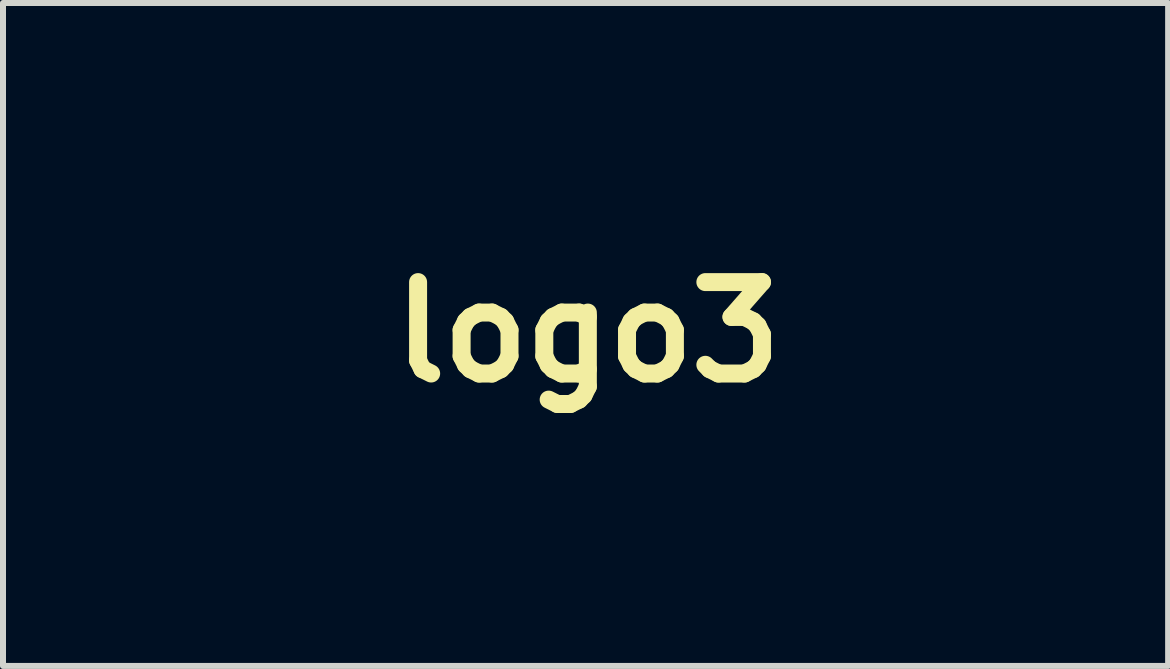
<source format=kicad_pcb>
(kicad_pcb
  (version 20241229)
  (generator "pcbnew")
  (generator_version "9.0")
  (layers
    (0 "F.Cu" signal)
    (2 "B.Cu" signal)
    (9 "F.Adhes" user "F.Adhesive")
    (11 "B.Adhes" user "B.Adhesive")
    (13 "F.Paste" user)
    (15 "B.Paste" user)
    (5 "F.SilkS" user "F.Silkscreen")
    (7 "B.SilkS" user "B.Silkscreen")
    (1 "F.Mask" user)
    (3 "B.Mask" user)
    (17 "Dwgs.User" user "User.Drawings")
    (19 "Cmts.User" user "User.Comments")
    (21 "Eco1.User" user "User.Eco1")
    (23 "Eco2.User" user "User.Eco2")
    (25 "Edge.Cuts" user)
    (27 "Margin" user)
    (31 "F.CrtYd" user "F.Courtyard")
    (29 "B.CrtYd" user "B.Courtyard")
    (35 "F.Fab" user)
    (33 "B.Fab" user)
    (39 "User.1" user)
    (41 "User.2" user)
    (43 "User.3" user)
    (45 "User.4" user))
  (footprint "logo3"
    (layer "F.Cu")
    (at 6.751 2.488)
    (property "Reference" "logo3" (at 0 0 0) (layer "F.SilkS") (effects (font (size 1.524 1.524) (thickness 0.3))))
    (attr through_hole)
    (fp_poly (pts (xy 1.977 -1.563) (xy 1.975 -1.546) (xy 1.966 -1.538) (xy 1.944 -1.535) (xy 1.922 -1.535) (xy 1.866 -1.535) (xy 1.866 -1.215) (xy 1.811 -1.215) (xy 1.811 -1.535) (xy 1.756 -1.535) (xy 1.723 -1.536) (xy 1.707 -1.541) (xy 1.701 -1.552) (xy 1.701 -1.563) (xy 1.701 -1.59) (xy 1.977 -1.59) (xy 1.977 -1.563)) (stroke (width 0.01) (type solid)) (fill no) (layer "Eco2.User"))
    (fp_poly (pts (xy 4.23 1.375) (xy 4.228 1.391) (xy 4.219 1.399) (xy 4.197 1.402) (xy 4.174 1.403) (xy 4.119 1.403) (xy 4.119 1.723) (xy 4.064 1.723) (xy 4.064 1.403) (xy 4.009 1.403) (xy 3.976 1.402) (xy 3.96 1.397) (xy 3.954 1.386) (xy 3.954 1.375) (xy 3.954 1.347) (xy 4.23 1.347) (xy 4.23 1.375)) (stroke (width 0.01) (type solid)) (fill no) (layer "Eco2.User"))
    (fp_poly (pts (xy 2.549 1.507) (xy 2.547 1.569) (xy 2.546 1.614) (xy 2.543 1.645) (xy 2.538 1.665) (xy 2.531 1.68) (xy 2.521 1.692) (xy 2.519 1.694) (xy 2.498 1.712) (xy 2.475 1.72) (xy 2.439 1.723) (xy 2.432 1.723) (xy 2.397 1.722) (xy 2.381 1.718) (xy 2.377 1.71) (xy 2.379 1.705) (xy 2.385 1.684) (xy 2.385 1.677) (xy 2.394 1.671) (xy 2.407 1.673) (xy 2.438 1.678) (xy 2.461 1.668) (xy 2.478 1.644) (xy 2.489 1.602) (xy 2.494 1.541) (xy 2.496 1.473) (xy 2.496 1.347) (xy 2.553 1.347) (xy 2.549 1.507)) (stroke (width 0.01) (type solid)) (fill no) (layer "Eco2.User"))
    (fp_poly (pts (xy -4.908 -2.085) (xy -4.902 -2.068) (xy -4.897 -2.035) (xy -4.895 -1.993) (xy -4.895 -1.948) (xy -4.897 -1.908) (xy -4.902 -1.877) (xy -4.903 -1.873) (xy -4.92 -1.838) (xy -4.945 -1.805) (xy -4.949 -1.8) (xy -4.973 -1.78) (xy -4.997 -1.77) (xy -5.031 -1.767) (xy -5.042 -1.767) (xy -5.076 -1.768) (xy -5.095 -1.772) (xy -5.103 -1.783) (xy -5.108 -1.804) (xy -5.108 -1.848) (xy -5.099 -1.879) (xy -5.086 -1.901) (xy -5.063 -1.931) (xy -5.034 -1.966) (xy -5.001 -2.002) (xy -4.969 -2.036) (xy -4.941 -2.063) (xy -4.919 -2.081) (xy -4.908 -2.085) (xy -4.908 -2.085)) (stroke (width 0.01) (type solid)) (fill no) (layer "Eco2.User"))
    (fp_poly (pts (xy 2.317 -1.589) (xy 2.325 -1.583) (xy 2.329 -1.566) (xy 2.33 -1.534) (xy 2.33 -1.513) (xy 2.33 -1.436) (xy 2.496 -1.436) (xy 2.496 -1.513) (xy 2.496 -1.553) (xy 2.499 -1.576) (xy 2.505 -1.587) (xy 2.516 -1.59) (xy 2.523 -1.59) (xy 2.551 -1.59) (xy 2.551 -1.215) (xy 2.523 -1.215) (xy 2.51 -1.216) (xy 2.502 -1.222) (xy 2.497 -1.237) (xy 2.496 -1.266) (xy 2.496 -1.303) (xy 2.496 -1.391) (xy 2.33 -1.391) (xy 2.33 -1.303) (xy 2.33 -1.259) (xy 2.328 -1.233) (xy 2.323 -1.22) (xy 2.314 -1.215) (xy 2.303 -1.215) (xy 2.275 -1.215) (xy 2.275 -1.59) (xy 2.303 -1.59) (xy 2.317 -1.589)) (stroke (width 0.01) (type solid)) (fill no) (layer "Eco2.User"))
    (fp_poly (pts (xy 0.783 1.35) (xy 0.828 1.36) (xy 0.862 1.376) (xy 0.866 1.38) (xy 0.894 1.418) (xy 0.902 1.459) (xy 0.894 1.5) (xy 0.87 1.536) (xy 0.834 1.564) (xy 0.788 1.578) (xy 0.768 1.579) (xy 0.729 1.579) (xy 0.729 1.723) (xy 0.663 1.723) (xy 0.663 1.507) (xy 0.73 1.507) (xy 0.736 1.529) (xy 0.75 1.535) (xy 0.776 1.529) (xy 0.791 1.523) (xy 0.823 1.506) (xy 0.837 1.482) (xy 0.839 1.456) (xy 0.832 1.426) (xy 0.81 1.408) (xy 0.772 1.4) (xy 0.734 1.397) (xy 0.731 1.466) (xy 0.73 1.507) (xy 0.663 1.507) (xy 0.663 1.359) (xy 0.691 1.352) (xy 0.735 1.347) (xy 0.783 1.35)) (stroke (width 0.01) (type solid)) (fill no) (layer "Eco2.User"))
    (fp_poly (pts (xy 3.036 1.347) (xy 3.067 1.349) (xy 3.083 1.352) (xy 3.091 1.359) (xy 3.092 1.37) (xy 3.092 1.375) (xy 3.091 1.389) (xy 3.084 1.398) (xy 3.068 1.401) (xy 3.035 1.402) (xy 3.015 1.403) (xy 2.938 1.403) (xy 2.938 1.502) (xy 3.009 1.502) (xy 3.048 1.502) (xy 3.069 1.505) (xy 3.079 1.512) (xy 3.081 1.525) (xy 3.081 1.53) (xy 3.08 1.544) (xy 3.073 1.553) (xy 3.055 1.556) (xy 3.021 1.557) (xy 3.009 1.557) (xy 2.938 1.557) (xy 2.938 1.668) (xy 3.02 1.668) (xy 3.063 1.668) (xy 3.087 1.67) (xy 3.099 1.675) (xy 3.103 1.685) (xy 3.103 1.695) (xy 3.103 1.723) (xy 2.882 1.723) (xy 2.882 1.347) (xy 2.987 1.347) (xy 3.036 1.347)) (stroke (width 0.01) (type solid)) (fill no) (layer "Eco2.User"))
    (fp_poly (pts (xy 3.047 -1.59) (xy 3.078 -1.589) (xy 3.094 -1.585) (xy 3.102 -1.578) (xy 3.103 -1.567) (xy 3.103 -1.563) (xy 3.102 -1.548) (xy 3.095 -1.54) (xy 3.079 -1.536) (xy 3.047 -1.535) (xy 3.026 -1.535) (xy 2.949 -1.535) (xy 2.949 -1.436) (xy 3.02 -1.436) (xy 3.059 -1.435) (xy 3.081 -1.432) (xy 3.09 -1.425) (xy 3.092 -1.414) (xy 3.09 -1.402) (xy 3.08 -1.395) (xy 3.057 -1.392) (xy 3.02 -1.391) (xy 2.949 -1.391) (xy 2.949 -1.27) (xy 3.026 -1.27) (xy 3.066 -1.27) (xy 3.089 -1.267) (xy 3.1 -1.261) (xy 3.103 -1.25) (xy 3.103 -1.242) (xy 3.102 -1.23) (xy 3.098 -1.222) (xy 3.084 -1.217) (xy 3.058 -1.215) (xy 3.016 -1.215) (xy 2.998 -1.215) (xy 2.893 -1.215) (xy 2.893 -1.59) (xy 2.998 -1.59) (xy 3.047 -1.59)) (stroke (width 0.01) (type solid)) (fill no) (layer "Eco2.User"))
    (fp_poly (pts (xy 3.634 1.349) (xy 3.663 1.356) (xy 3.676 1.369) (xy 3.677 1.38) (xy 3.675 1.399) (xy 3.662 1.406) (xy 3.636 1.402) (xy 3.625 1.399) (xy 3.575 1.396) (xy 3.532 1.41) (xy 3.496 1.438) (xy 3.471 1.477) (xy 3.459 1.521) (xy 3.46 1.568) (xy 3.479 1.613) (xy 3.499 1.638) (xy 3.525 1.66) (xy 3.551 1.669) (xy 3.586 1.671) (xy 3.621 1.67) (xy 3.648 1.668) (xy 3.655 1.666) (xy 3.669 1.671) (xy 3.675 1.687) (xy 3.672 1.705) (xy 3.665 1.713) (xy 3.638 1.721) (xy 3.599 1.723) (xy 3.555 1.721) (xy 3.514 1.713) (xy 3.484 1.702) (xy 3.484 1.702) (xy 3.442 1.67) (xy 3.417 1.634) (xy 3.403 1.59) (xy 3.397 1.521) (xy 3.409 1.46) (xy 3.439 1.41) (xy 3.483 1.373) (xy 3.541 1.352) (xy 3.587 1.347) (xy 3.634 1.349)) (stroke (width 0.01) (type solid)) (fill no) (layer "Eco2.User"))
    (fp_poly (pts (xy -4.457 -2.074) (xy -4.442 -2.061) (xy -4.417 -2.037) (xy -4.381 -2) (xy -4.359 -1.977) (xy -4.31 -1.926) (xy -4.275 -1.886) (xy -4.252 -1.854) (xy -4.238 -1.827) (xy -4.231 -1.802) (xy -4.23 -1.773) (xy -4.23 -1.773) (xy -4.232 -1.735) (xy -4.241 -1.713) (xy -4.262 -1.703) (xy -4.299 -1.701) (xy -4.307 -1.701) (xy -4.348 -1.703) (xy -4.377 -1.71) (xy -4.402 -1.726) (xy -4.407 -1.731) (xy -4.445 -1.772) (xy -4.469 -1.822) (xy -4.476 -1.861) (xy -4.384 -1.861) (xy -4.379 -1.855) (xy -4.373 -1.861) (xy -4.379 -1.866) (xy -4.384 -1.861) (xy -4.476 -1.861) (xy -4.48 -1.883) (xy -4.395 -1.883) (xy -4.39 -1.877) (xy -4.384 -1.883) (xy -4.39 -1.888) (xy -4.395 -1.883) (xy -4.48 -1.883) (xy -4.48 -1.885) (xy -4.482 -1.938) (xy -4.481 -1.985) (xy -4.478 -2.027) (xy -4.475 -2.056) (xy -4.474 -2.058) (xy -4.471 -2.07) (xy -4.466 -2.076) (xy -4.457 -2.074)) (stroke (width 0.01) (type solid)) (fill no) (layer "Eco2.User"))
    (fp_poly (pts (xy 2.009 1.364) (xy 2.053 1.394) (xy 2.082 1.441) (xy 2.097 1.504) (xy 2.098 1.538) (xy 2.089 1.603) (xy 2.064 1.657) (xy 2.024 1.696) (xy 1.972 1.718) (xy 1.928 1.723) (xy 1.868 1.715) (xy 1.835 1.7) (xy 1.797 1.665) (xy 1.771 1.615) (xy 1.759 1.556) (xy 1.759 1.516) (xy 1.761 1.51) (xy 1.824 1.51) (xy 1.825 1.55) (xy 1.829 1.59) (xy 1.838 1.616) (xy 1.854 1.637) (xy 1.865 1.647) (xy 1.903 1.672) (xy 1.939 1.676) (xy 1.977 1.658) (xy 1.988 1.648) (xy 2.02 1.606) (xy 2.035 1.553) (xy 2.032 1.494) (xy 2.031 1.494) (xy 2.018 1.461) (xy 1.995 1.43) (xy 1.968 1.404) (xy 1.943 1.392) (xy 1.939 1.391) (xy 1.897 1.402) (xy 1.86 1.429) (xy 1.844 1.449) (xy 1.83 1.477) (xy 1.824 1.51) (xy 1.761 1.51) (xy 1.775 1.45) (xy 1.804 1.399) (xy 1.848 1.366) (xy 1.904 1.35) (xy 1.951 1.35) (xy 2.009 1.364)) (stroke (width 0.01) (type solid)) (fill no) (layer "Eco2.User"))
    (fp_poly (pts (xy -4.905 0.769) (xy -4.867 0.781) (xy -4.823 0.797) (xy -4.778 0.817) (xy -4.736 0.838) (xy -4.699 0.859) (xy -4.678 0.874) (xy -4.646 0.908) (xy -4.617 0.952) (xy -4.595 0.999) (xy -4.584 1.04) (xy -4.583 1.049) (xy -4.588 1.074) (xy -4.6 1.11) (xy -4.61 1.135) (xy -4.627 1.168) (xy -4.642 1.186) (xy -4.658 1.192) (xy -4.668 1.193) (xy -4.697 1.186) (xy -4.731 1.171) (xy -4.739 1.166) (xy -4.765 1.146) (xy -4.782 1.128) (xy -4.785 1.124) (xy -4.809 1.067) (xy -4.835 1.007) (xy -4.861 0.949) (xy -4.868 0.934) (xy -4.765 0.934) (xy -4.757 0.951) (xy -4.751 0.961) (xy -4.731 0.992) (xy -4.715 1.02) (xy -4.713 1.024) (xy -4.702 1.041) (xy -4.696 1.044) (xy -4.698 1.033) (xy -4.709 1.009) (xy -4.72 0.989) (xy -4.739 0.959) (xy -4.756 0.938) (xy -4.762 0.932) (xy -4.765 0.934) (xy -4.868 0.934) (xy -4.885 0.896) (xy -4.906 0.852) (xy -4.922 0.821) (xy -4.93 0.806) (xy -4.947 0.784) (xy -4.953 0.774) (xy -4.952 0.765) (xy -4.935 0.763) (xy -4.905 0.769)) (stroke (width 0.01) (type solid)) (fill no) (layer "Eco2.User"))
    (fp_poly (pts (xy -3.993 -2.462) (xy -3.928 -2.448) (xy -3.892 -2.434) (xy -3.866 -2.415) (xy -3.836 -2.385) (xy -3.807 -2.347) (xy -3.782 -2.308) (xy -3.763 -2.271) (xy -3.754 -2.242) (xy -3.756 -2.228) (xy -3.779 -2.202) (xy -3.818 -2.177) (xy -3.865 -2.154) (xy -3.914 -2.139) (xy -3.959 -2.133) (xy -3.965 -2.133) (xy -3.981 -2.135) (xy -4.014 -2.14) (xy -4.062 -2.148) (xy -4.12 -2.157) (xy -4.169 -2.165) (xy -4.239 -2.176) (xy -4.308 -2.186) (xy -4.371 -2.193) (xy -4.422 -2.197) (xy -4.444 -2.198) (xy -4.531 -2.199) (xy -4.488 -2.243) (xy -4.432 -2.295) (xy -4.202 -2.295) (xy -4.198 -2.292) (xy -4.179 -2.29) (xy -4.143 -2.29) (xy -4.089 -2.29) (xy -4.071 -2.29) (xy -4.012 -2.291) (xy -3.969 -2.292) (xy -3.945 -2.295) (xy -3.942 -2.299) (xy -3.943 -2.299) (xy -3.985 -2.309) (xy -4.038 -2.314) (xy -4.096 -2.315) (xy -4.147 -2.311) (xy -4.174 -2.305) (xy -4.193 -2.299) (xy -4.202 -2.295) (xy -4.432 -2.295) (xy -4.415 -2.31) (xy -4.334 -2.369) (xy -4.251 -2.417) (xy -4.17 -2.45) (xy -4.124 -2.462) (xy -4.062 -2.467) (xy -3.993 -2.462)) (stroke (width 0.01) (type solid)) (fill no) (layer "Eco2.User"))
    (fp_poly (pts (xy -2.946 -1.854) (xy -2.912 -1.804) (xy -2.881 -1.742) (xy -2.856 -1.676) (xy -2.839 -1.612) (xy -2.831 -1.554) (xy -2.833 -1.522) (xy -2.848 -1.459) (xy -2.872 -1.412) (xy -2.907 -1.377) (xy -2.959 -1.348) (xy -2.976 -1.342) (xy -3.01 -1.328) (xy -3.03 -1.324) (xy -3.043 -1.327) (xy -3.052 -1.335) (xy -3.074 -1.365) (xy -3.087 -1.398) (xy -3.091 -1.435) (xy -3.088 -1.458) (xy -2.982 -1.458) (xy -2.978 -1.449) (xy -2.974 -1.45) (xy -2.973 -1.463) (xy -2.974 -1.465) (xy -2.981 -1.464) (xy -2.982 -1.458) (xy -3.088 -1.458) (xy -3.086 -1.481) (xy -3.083 -1.49) (xy -2.967 -1.49) (xy -2.963 -1.489) (xy -2.959 -1.495) (xy -2.951 -1.516) (xy -2.945 -1.552) (xy -2.942 -1.583) (xy -2.94 -1.619) (xy -2.94 -1.635) (xy -2.942 -1.631) (xy -2.947 -1.609) (xy -2.949 -1.601) (xy -2.96 -1.545) (xy -2.966 -1.509) (xy -2.967 -1.49) (xy -3.083 -1.49) (xy -3.071 -1.539) (xy -3.047 -1.613) (xy -3.037 -1.64) (xy -3.016 -1.698) (xy -2.998 -1.753) (xy -2.984 -1.798) (xy -2.976 -1.83) (xy -2.974 -1.836) (xy -2.967 -1.881) (xy -2.946 -1.854)) (stroke (width 0.01) (type solid)) (fill no) (layer "Eco2.User"))
    (fp_poly (pts (xy 1.36 1.354) (xy 1.408 1.37) (xy 1.44 1.397) (xy 1.455 1.433) (xy 1.451 1.477) (xy 1.443 1.497) (xy 1.428 1.522) (xy 1.415 1.534) (xy 1.412 1.535) (xy 1.408 1.542) (xy 1.417 1.561) (xy 1.43 1.588) (xy 1.443 1.624) (xy 1.446 1.635) (xy 1.455 1.67) (xy 1.463 1.697) (xy 1.465 1.703) (xy 1.464 1.717) (xy 1.448 1.722) (xy 1.437 1.723) (xy 1.418 1.721) (xy 1.406 1.712) (xy 1.398 1.691) (xy 1.391 1.665) (xy 1.376 1.615) (xy 1.356 1.584) (xy 1.329 1.57) (xy 1.312 1.568) (xy 1.281 1.568) (xy 1.281 1.645) (xy 1.281 1.686) (xy 1.278 1.709) (xy 1.272 1.72) (xy 1.261 1.723) (xy 1.253 1.723) (xy 1.225 1.723) (xy 1.229 1.5) (xy 1.283 1.5) (xy 1.289 1.52) (xy 1.307 1.524) (xy 1.339 1.514) (xy 1.353 1.508) (xy 1.38 1.494) (xy 1.39 1.475) (xy 1.391 1.46) (xy 1.384 1.426) (xy 1.359 1.406) (xy 1.323 1.399) (xy 1.287 1.397) (xy 1.283 1.46) (xy 1.283 1.5) (xy 1.229 1.5) (xy 1.231 1.353) (xy 1.298 1.35) (xy 1.36 1.354)) (stroke (width 0.01) (type solid)) (fill no) (layer "Eco2.User"))
    (fp_poly (pts (xy -6.45 -1.781) (xy -6.446 -1.762) (xy -6.436 -1.727) (xy -6.421 -1.68) (xy -6.402 -1.624) (xy -6.389 -1.585) (xy -6.361 -1.505) (xy -6.342 -1.441) (xy -6.332 -1.392) (xy -6.329 -1.352) (xy -6.334 -1.32) (xy -6.346 -1.291) (xy -6.35 -1.284) (xy -6.364 -1.262) (xy -6.379 -1.252) (xy -6.399 -1.252) (xy -6.429 -1.261) (xy -6.46 -1.274) (xy -6.512 -1.302) (xy -6.548 -1.34) (xy -6.569 -1.386) (xy -6.449 -1.386) (xy -6.444 -1.38) (xy -6.438 -1.386) (xy -6.444 -1.391) (xy -6.449 -1.386) (xy -6.569 -1.386) (xy -6.572 -1.392) (xy -6.582 -1.431) (xy -6.588 -1.473) (xy -6.587 -1.512) (xy -6.583 -1.532) (xy -6.481 -1.532) (xy -6.48 -1.508) (xy -6.475 -1.477) (xy -6.469 -1.445) (xy -6.462 -1.419) (xy -6.455 -1.406) (xy -6.454 -1.406) (xy -6.454 -1.418) (xy -6.457 -1.445) (xy -6.464 -1.483) (xy -6.465 -1.486) (xy -6.472 -1.519) (xy -6.478 -1.536) (xy -6.481 -1.535) (xy -6.481 -1.532) (xy -6.583 -1.532) (xy -6.577 -1.557) (xy -6.559 -1.613) (xy -6.534 -1.673) (xy -6.505 -1.729) (xy -6.477 -1.773) (xy -6.473 -1.778) (xy -6.45 -1.806) (xy -6.45 -1.781)) (stroke (width 0.01) (type solid)) (fill no) (layer "Eco2.User"))
    (fp_poly (pts (xy -5.748 -2.361) (xy -5.75 -2.35) (xy -5.761 -2.325) (xy -5.776 -2.291) (xy -5.79 -2.258) (xy -5.808 -2.209) (xy -5.829 -2.149) (xy -5.851 -2.084) (xy -5.865 -2.038) (xy -5.892 -1.952) (xy -5.915 -1.884) (xy -5.936 -1.833) (xy -5.956 -1.794) (xy -5.977 -1.766) (xy -5.999 -1.744) (xy -6.022 -1.729) (xy -6.068 -1.705) (xy -6.101 -1.694) (xy -6.125 -1.697) (xy -6.142 -1.713) (xy -6.147 -1.719) (xy -6.165 -1.749) (xy -6.188 -1.784) (xy -6.194 -1.793) (xy -6.216 -1.84) (xy -6.219 -1.856) (xy -6.095 -1.856) (xy -6.092 -1.855) (xy -6.082 -1.874) (xy -6.065 -1.914) (xy -6.064 -1.916) (xy -6.041 -1.968) (xy -6.013 -2.025) (xy -5.991 -2.065) (xy -5.971 -2.101) (xy -5.962 -2.12) (xy -5.963 -2.124) (xy -5.973 -2.116) (xy -5.98 -2.109) (xy -6.013 -2.068) (xy -6.045 -2.011) (xy -6.072 -1.942) (xy -6.078 -1.922) (xy -6.09 -1.879) (xy -6.095 -1.856) (xy -6.219 -1.856) (xy -6.226 -1.899) (xy -6.226 -1.901) (xy -6.222 -1.981) (xy -6.195 -2.058) (xy -6.149 -2.131) (xy -6.082 -2.198) (xy -5.995 -2.259) (xy -5.915 -2.301) (xy -5.862 -2.325) (xy -5.815 -2.344) (xy -5.778 -2.357) (xy -5.754 -2.362) (xy -5.748 -2.361)) (stroke (width 0.01) (type solid)) (fill no) (layer "Eco2.User"))
    (fp_poly (pts (xy -4.857 0.221) (xy -4.737 0.227) (xy -4.635 0.245) (xy -4.548 0.276) (xy -4.474 0.32) (xy -4.418 0.371) (xy -4.377 0.423) (xy -4.353 0.471) (xy -4.344 0.523) (xy -4.348 0.585) (xy -4.351 0.602) (xy -4.36 0.653) (xy -4.367 0.687) (xy -4.375 0.706) (xy -4.387 0.715) (xy -4.406 0.718) (xy -4.432 0.717) (xy -4.474 0.714) (xy -4.514 0.705) (xy -4.528 0.7) (xy -4.55 0.69) (xy -4.57 0.676) (xy -4.592 0.658) (xy -4.617 0.632) (xy -4.648 0.596) (xy -4.669 0.569) (xy -4.473 0.569) (xy -4.467 0.574) (xy -4.462 0.569) (xy -4.467 0.563) (xy -4.473 0.569) (xy -4.669 0.569) (xy -4.687 0.547) (xy -4.73 0.491) (xy -4.774 0.437) (xy -4.818 0.383) (xy -4.836 0.362) (xy -4.688 0.362) (xy -4.638 0.404) (xy -4.602 0.436) (xy -4.561 0.473) (xy -4.533 0.499) (xy -4.499 0.531) (xy -4.479 0.548) (xy -4.474 0.55) (xy -4.482 0.536) (xy -4.484 0.533) (xy -4.519 0.492) (xy -4.56 0.45) (xy -4.601 0.414) (xy -4.636 0.389) (xy -4.644 0.384) (xy -4.688 0.362) (xy -4.836 0.362) (xy -4.86 0.335) (xy -4.894 0.297) (xy -4.906 0.284) (xy -4.97 0.221) (xy -4.857 0.221)) (stroke (width 0.01) (type solid)) (fill no) (layer "Eco2.User"))
    (fp_poly (pts (xy -5.238 -2.469) (xy -5.169 -2.444) (xy -5.125 -2.417) (xy -5.074 -2.377) (xy -5.019 -2.328) (xy -4.965 -2.274) (xy -4.918 -2.219) (xy -4.893 -2.187) (xy -4.869 -2.15) (xy -4.86 -2.128) (xy -4.867 -2.12) (xy -4.891 -2.124) (xy -4.914 -2.133) (xy -4.933 -2.137) (xy -4.971 -2.141) (xy -5.023 -2.146) (xy -5.086 -2.15) (xy -5.156 -2.154) (xy -5.179 -2.155) (xy -5.253 -2.159) (xy -5.321 -2.164) (xy -5.38 -2.168) (xy -5.427 -2.173) (xy -5.456 -2.177) (xy -5.461 -2.178) (xy -5.49 -2.191) (xy -5.524 -2.214) (xy -5.558 -2.242) (xy -5.587 -2.271) (xy -5.606 -2.297) (xy -5.61 -2.31) (xy -5.603 -2.325) (xy -5.599 -2.329) (xy -5.472 -2.329) (xy -5.389 -2.318) (xy -5.334 -2.309) (xy -5.273 -2.297) (xy -5.229 -2.287) (xy -5.18 -2.274) (xy -5.152 -2.268) (xy -5.143 -2.268) (xy -5.153 -2.276) (xy -5.182 -2.29) (xy -5.19 -2.295) (xy -5.224 -2.309) (xy -5.256 -2.318) (xy -5.295 -2.323) (xy -5.346 -2.326) (xy -5.362 -2.326) (xy -5.472 -2.329) (xy -5.599 -2.329) (xy -5.582 -2.35) (xy -5.553 -2.381) (xy -5.535 -2.399) (xy -5.497 -2.435) (xy -5.468 -2.457) (xy -5.443 -2.471) (xy -5.417 -2.478) (xy -5.407 -2.48) (xy -5.323 -2.483) (xy -5.238 -2.469)) (stroke (width 0.01) (type solid)) (fill no) (layer "Eco2.User"))
    (fp_poly (pts (xy -5.34 -1.856) (xy -5.312 -1.799) (xy -5.288 -1.748) (xy -5.27 -1.706) (xy -5.259 -1.677) (xy -5.257 -1.667) (xy -5.264 -1.645) (xy -5.283 -1.618) (xy -5.289 -1.611) (xy -5.324 -1.588) (xy -5.362 -1.578) (xy -5.397 -1.583) (xy -5.426 -1.6) (xy -5.442 -1.628) (xy -5.444 -1.644) (xy -5.434 -1.686) (xy -5.404 -1.719) (xy -5.389 -1.728) (xy -5.356 -1.745) (xy -5.389 -1.811) (xy -5.407 -1.845) (xy -5.421 -1.868) (xy -5.428 -1.877) (xy -5.441 -1.871) (xy -5.465 -1.853) (xy -5.495 -1.829) (xy -5.526 -1.803) (xy -5.553 -1.778) (xy -5.571 -1.759) (xy -5.577 -1.751) (xy -5.572 -1.737) (xy -5.56 -1.707) (xy -5.542 -1.667) (xy -5.522 -1.625) (xy -5.5 -1.577) (xy -5.482 -1.535) (xy -5.47 -1.504) (xy -5.467 -1.489) (xy -5.474 -1.467) (xy -5.492 -1.442) (xy -5.499 -1.435) (xy -5.536 -1.41) (xy -5.577 -1.402) (xy -5.615 -1.412) (xy -5.632 -1.425) (xy -5.652 -1.457) (xy -5.652 -1.492) (xy -5.633 -1.526) (xy -5.599 -1.552) (xy -5.566 -1.569) (xy -5.598 -1.632) (xy -5.62 -1.678) (xy -5.643 -1.727) (xy -5.654 -1.753) (xy -5.679 -1.81) (xy -5.647 -1.837) (xy -5.626 -1.855) (xy -5.592 -1.883) (xy -5.552 -1.916) (xy -5.519 -1.943) (xy -5.423 -2.022) (xy -5.34 -1.856)) (stroke (width 0.01) (type solid)) (fill no) (layer "Eco2.User"))
    (fp_poly (pts (xy -4.129 -1.521) (xy -4.129 -1.508) (xy -4.139 -1.484) (xy -4.14 -1.482) (xy -4.149 -1.461) (xy -4.158 -1.43) (xy -4.167 -1.389) (xy -4.177 -1.334) (xy -4.188 -1.264) (xy -4.201 -1.176) (xy -4.215 -1.069) (xy -4.218 -1.047) (xy -4.227 -0.986) (xy -4.237 -0.931) (xy -4.247 -0.885) (xy -4.255 -0.854) (xy -4.258 -0.848) (xy -4.285 -0.805) (xy -4.321 -0.766) (xy -4.359 -0.733) (xy -4.396 -0.712) (xy -4.42 -0.707) (xy -4.434 -0.715) (xy -4.458 -0.735) (xy -4.487 -0.765) (xy -4.499 -0.778) (xy -4.53 -0.816) (xy -4.557 -0.853) (xy -4.559 -0.856) (xy -4.429 -0.856) (xy -4.408 -0.95) (xy -4.393 -1.008) (xy -4.374 -1.074) (xy -4.354 -1.132) (xy -4.353 -1.135) (xy -4.339 -1.175) (xy -4.328 -1.206) (xy -4.323 -1.224) (xy -4.323 -1.226) (xy -4.33 -1.218) (xy -4.345 -1.196) (xy -4.353 -1.184) (xy -4.392 -1.106) (xy -4.416 -1.011) (xy -4.423 -0.944) (xy -4.429 -0.856) (xy -4.559 -0.856) (xy -4.575 -0.883) (xy -4.578 -0.888) (xy -4.591 -0.943) (xy -4.592 -1.009) (xy -4.581 -1.081) (xy -4.559 -1.151) (xy -4.545 -1.182) (xy -4.506 -1.241) (xy -4.451 -1.304) (xy -4.383 -1.368) (xy -4.305 -1.428) (xy -4.223 -1.48) (xy -4.215 -1.485) (xy -4.17 -1.509) (xy -4.142 -1.521) (xy -4.129 -1.521)) (stroke (width 0.01) (type solid)) (fill no) (layer "Eco2.User"))
    (fp_poly (pts (xy -3.639 -2.358) (xy -3.602 -2.345) (xy -3.556 -2.325) (xy -3.506 -2.302) (xy -3.457 -2.277) (xy -3.413 -2.252) (xy -3.394 -2.241) (xy -3.314 -2.178) (xy -3.253 -2.108) (xy -3.212 -2.031) (xy -3.191 -1.95) (xy -3.189 -1.914) (xy -3.191 -1.882) (xy -3.198 -1.852) (xy -3.213 -1.817) (xy -3.237 -1.774) (xy -3.261 -1.736) (xy -3.282 -1.707) (xy -3.298 -1.692) (xy -3.302 -1.69) (xy -3.322 -1.695) (xy -3.352 -1.706) (xy -3.363 -1.71) (xy -3.414 -1.742) (xy -3.459 -1.785) (xy -3.484 -1.822) (xy -3.494 -1.846) (xy -3.507 -1.884) (xy -3.52 -1.928) (xy -3.522 -1.936) (xy -3.545 -2.014) (xy -3.569 -2.09) (xy -3.572 -2.101) (xy -3.44 -2.101) (xy -3.433 -2.082) (xy -3.417 -2.048) (xy -3.396 -2.005) (xy -3.372 -1.957) (xy -3.353 -1.915) (xy -3.34 -1.884) (xy -3.335 -1.868) (xy -3.332 -1.857) (xy -3.329 -1.858) (xy -3.328 -1.871) (xy -3.332 -1.898) (xy -3.335 -1.912) (xy -3.354 -1.968) (xy -3.378 -2.023) (xy -3.405 -2.069) (xy -3.429 -2.098) (xy -3.439 -2.105) (xy -3.44 -2.101) (xy -3.572 -2.101) (xy -3.592 -2.161) (xy -3.614 -2.224) (xy -3.633 -2.274) (xy -3.649 -2.308) (xy -3.655 -2.319) (xy -3.672 -2.345) (xy -3.676 -2.359) (xy -3.667 -2.363) (xy -3.662 -2.363) (xy -3.639 -2.358)) (stroke (width 0.01) (type solid)) (fill no) (layer "Eco2.User"))
    (fp_poly (pts (xy -6.654 -0.515) (xy -6.626 -0.508) (xy -6.586 -0.496) (xy -6.552 -0.486) (xy -6.436 -0.445) (xy -6.324 -0.403) (xy -6.218 -0.359) (xy -6.121 -0.315) (xy -6.037 -0.272) (xy -5.967 -0.232) (xy -5.915 -0.196) (xy -5.906 -0.188) (xy -5.863 -0.139) (xy -5.826 -0.077) (xy -5.8 -0.009) (xy -5.792 0.028) (xy -5.785 0.073) (xy -5.855 0.108) (xy -5.948 0.146) (xy -6.04 0.168) (xy -6.127 0.174) (xy -6.204 0.164) (xy -6.214 0.161) (xy -6.278 0.135) (xy -6.341 0.096) (xy -6.408 0.041) (xy -6.437 0.013) (xy -6.481 -0.034) (xy -6.517 -0.081) (xy -6.547 -0.133) (xy -6.557 -0.156) (xy -6.298 -0.156) (xy -6.294 -0.15) (xy -6.278 -0.135) (xy -6.251 -0.113) (xy -6.225 -0.094) (xy -6.182 -0.068) (xy -6.133 -0.043) (xy -6.085 -0.021) (xy -6.043 -0.006) (xy -6.014 -0.000424) (xy -6.013 -0.00042) (xy -6.013 -0.005) (xy -6.031 -0.016) (xy -6.062 -0.034) (xy -6.102 -0.053) (xy -6.153 -0.079) (xy -6.202 -0.104) (xy -6.243 -0.127) (xy -6.262 -0.138) (xy -6.288 -0.153) (xy -6.298 -0.156) (xy -6.557 -0.156) (xy -6.568 -0.182) (xy -6.339 -0.182) (xy -6.333 -0.177) (xy -6.328 -0.182) (xy -6.333 -0.188) (xy -6.339 -0.182) (xy -6.568 -0.182) (xy -6.573 -0.195) (xy -6.598 -0.271) (xy -6.616 -0.337) (xy -6.63 -0.39) (xy -6.643 -0.436) (xy -6.654 -0.471) (xy -6.661 -0.489) (xy -6.661 -0.49) (xy -6.668 -0.508) (xy -6.666 -0.516) (xy -6.654 -0.515)) (stroke (width 0.01) (type solid)) (fill no) (layer "Eco2.User"))
    (fp_poly (pts (xy -3.25 0.258) (xy -3.249 0.273) (xy -3.259 0.304) (xy -3.278 0.347) (xy -3.305 0.399) (xy -3.308 0.404) (xy -3.37 0.496) (xy -3.445 0.577) (xy -3.53 0.643) (xy -3.622 0.692) (xy -3.664 0.707) (xy -3.712 0.717) (xy -3.774 0.724) (xy -3.842 0.728) (xy -3.909 0.728) (xy -3.968 0.724) (xy -4.003 0.719) (xy -4.033 0.709) (xy -4.072 0.695) (xy -4.088 0.687) (xy -4.14 0.664) (xy -4.123 0.621) (xy -4.094 0.566) (xy -3.962 0.566) (xy -3.958 0.568) (xy -3.934 0.562) (xy -3.918 0.557) (xy -3.887 0.549) (xy -3.842 0.541) (xy -3.787 0.535) (xy -3.744 0.531) (xy -3.68 0.525) (xy -3.627 0.517) (xy -3.588 0.508) (xy -3.578 0.504) (xy -3.539 0.486) (xy -3.578 0.492) (xy -3.605 0.495) (xy -3.648 0.5) (xy -3.699 0.504) (xy -3.74 0.508) (xy -3.824 0.517) (xy -3.886 0.53) (xy -3.914 0.54) (xy -3.948 0.556) (xy -3.962 0.566) (xy -4.094 0.566) (xy -4.092 0.561) (xy -4.047 0.502) (xy -4.025 0.48) (xy -3.534 0.48) (xy -3.528 0.486) (xy -3.523 0.48) (xy -3.528 0.475) (xy -3.534 0.48) (xy -4.025 0.48) (xy -3.995 0.451) (xy -3.971 0.434) (xy -3.926 0.407) (xy -3.878 0.387) (xy -3.823 0.373) (xy -3.755 0.364) (xy -3.671 0.358) (xy -3.657 0.357) (xy -3.541 0.349) (xy -3.443 0.334) (xy -3.363 0.312) (xy -3.302 0.283) (xy -3.298 0.281) (xy -3.272 0.265) (xy -3.254 0.258) (xy -3.25 0.258)) (stroke (width 0.01) (type solid)) (fill no) (layer "Eco2.User"))
    (fp_poly (pts (xy -2.696 -0.51) (xy -2.698 -0.5) (xy -2.703 -0.482) (xy -2.712 -0.448) (xy -2.725 -0.402) (xy -2.739 -0.348) (xy -2.743 -0.332) (xy -2.761 -0.271) (xy -2.781 -0.212) (xy -2.8 -0.16) (xy -2.817 -0.122) (xy -2.818 -0.119) (xy -2.85 -0.071) (xy -2.896 -0.017) (xy -2.95 0.037) (xy -3.007 0.086) (xy -3.06 0.124) (xy -3.086 0.138) (xy -3.154 0.162) (xy -3.233 0.173) (xy -3.313 0.17) (xy -3.368 0.16) (xy -3.412 0.146) (xy -3.46 0.127) (xy -3.504 0.108) (xy -3.541 0.09) (xy -3.564 0.075) (xy -3.566 0.072) (xy -3.57 0.053) (xy -3.566 0.019) (xy -3.561 -0.001) (xy -3.352 -0.001) (xy -3.337 -0.002) (xy -3.301 -0.012) (xy -3.283 -0.018) (xy -3.228 -0.041) (xy -3.166 -0.075) (xy -3.107 -0.115) (xy -3.07 -0.144) (xy -3.054 -0.158) (xy -3.051 -0.163) (xy -3.063 -0.157) (xy -3.092 -0.141) (xy -3.109 -0.131) (xy -3.157 -0.103) (xy -3.215 -0.073) (xy -3.271 -0.047) (xy -3.28 -0.042) (xy -3.324 -0.022) (xy -3.348 -0.007) (xy -3.352 -0.001) (xy -3.561 -0.001) (xy -3.554 -0.024) (xy -3.537 -0.07) (xy -3.524 -0.098) (xy -3.494 -0.144) (xy -3.451 -0.188) (xy -3.393 -0.232) (xy -3.319 -0.276) (xy -3.227 -0.323) (xy -3.174 -0.346) (xy -3.139 -0.361) (xy -3.092 -0.38) (xy -3.035 -0.401) (xy -2.973 -0.424) (xy -2.91 -0.448) (xy -2.848 -0.47) (xy -2.793 -0.489) (xy -2.747 -0.505) (xy -2.714 -0.515) (xy -2.698 -0.519) (xy -2.698 -0.519) (xy -2.696 -0.51)) (stroke (width 0.01) (type solid)) (fill no) (layer "Eco2.User"))
    (fp_poly (pts (xy 5.433 -0.41) (xy 5.511 -0.384) (xy 5.574 -0.344) (xy 5.62 -0.292) (xy 5.633 -0.269) (xy 5.641 -0.254) (xy 5.646 -0.239) (xy 5.651 -0.222) (xy 5.654 -0.201) (xy 5.657 -0.172) (xy 5.659 -0.134) (xy 5.66 -0.083) (xy 5.661 -0.017) (xy 5.662 0.066) (xy 5.663 0.159) (xy 5.667 0.533) (xy 5.609 0.525) (xy 5.569 0.518) (xy 5.533 0.507) (xy 5.521 0.502) (xy 5.502 0.492) (xy 5.488 0.481) (xy 5.477 0.468) (xy 5.468 0.448) (xy 5.463 0.421) (xy 5.459 0.382) (xy 5.457 0.331) (xy 5.456 0.263) (xy 5.455 0.178) (xy 5.455 0.132) (xy 5.455 0.041) (xy 5.455 -0.029) (xy 5.454 -0.083) (xy 5.453 -0.123) (xy 5.451 -0.152) (xy 5.448 -0.172) (xy 5.443 -0.186) (xy 5.437 -0.196) (xy 5.432 -0.204) (xy 5.404 -0.23) (xy 5.371 -0.25) (xy 5.332 -0.26) (xy 5.279 -0.264) (xy 5.219 -0.264) (xy 5.16 -0.258) (xy 5.136 -0.253) (xy 5.08 -0.241) (xy 5.08 0.53) (xy 5.05 0.529) (xy 5.017 0.525) (xy 4.982 0.519) (xy 4.946 0.506) (xy 4.916 0.489) (xy 4.887 0.467) (xy 4.884 0.022) (xy 4.883 -0.088) (xy 4.883 -0.179) (xy 4.883 -0.251) (xy 4.883 -0.308) (xy 4.884 -0.35) (xy 4.885 -0.38) (xy 4.888 -0.399) (xy 4.89 -0.41) (xy 4.894 -0.415) (xy 4.898 -0.415) (xy 4.9 -0.415) (xy 4.953 -0.398) (xy 5.004 -0.391) (xy 5.06 -0.393) (xy 5.126 -0.404) (xy 5.239 -0.421) (xy 5.342 -0.422) (xy 5.433 -0.41)) (stroke (width 0.01) (type solid)) (fill no) (layer "Eco2.User"))
    (fp_poly (pts (xy -4.989 -0.618) (xy -4.982 -0.584) (xy -4.977 -0.531) (xy -4.97 -0.457) (xy -4.969 -0.437) (xy -4.961 -0.285) (xy -4.965 -0.152) (xy -4.98 -0.035) (xy -5.008 0.066) (xy -5.047 0.151) (xy -5.099 0.222) (xy -5.099 0.222) (xy -5.134 0.256) (xy -5.169 0.281) (xy -5.212 0.298) (xy -5.268 0.311) (xy -5.301 0.316) (xy -5.356 0.324) (xy -5.394 0.329) (xy -5.418 0.328) (xy -5.433 0.323) (xy -5.443 0.311) (xy -5.452 0.292) (xy -5.452 0.29) (xy -5.464 0.247) (xy -5.469 0.2) (xy -5.312 0.2) (xy -5.31 0.208) (xy -5.293 0.199) (xy -5.263 0.172) (xy -5.239 0.149) (xy -5.183 0.077) (xy -5.138 -0.013) (xy -5.112 -0.093) (xy -5.103 -0.131) (xy -5.096 -0.16) (xy -5.094 -0.173) (xy -5.095 -0.173) (xy -5.1 -0.165) (xy -5.115 -0.141) (xy -5.135 -0.105) (xy -5.158 -0.064) (xy -5.189 -0.007) (xy -5.224 0.053) (xy -5.258 0.108) (xy -5.274 0.134) (xy -5.3 0.176) (xy -5.312 0.2) (xy -5.469 0.2) (xy -5.469 0.192) (xy -5.468 0.134) (xy -5.461 0.082) (xy -5.453 0.055) (xy -5.441 0.035) (xy -5.419 0.001) (xy -5.387 -0.045) (xy -5.349 -0.1) (xy -5.306 -0.159) (xy -5.285 -0.188) (xy -5.281 -0.193) (xy -5.091 -0.193) (xy -5.086 -0.188) (xy -5.08 -0.193) (xy -5.086 -0.199) (xy -5.091 -0.193) (xy -5.281 -0.193) (xy -5.205 -0.3) (xy -5.138 -0.402) (xy -5.085 -0.492) (xy -5.067 -0.525) (xy -5.041 -0.575) (xy -5.022 -0.61) (xy -5.007 -0.63) (xy -4.996 -0.633) (xy -4.989 -0.618)) (stroke (width 0.01) (type solid)) (fill no) (layer "Eco2.User"))
    (fp_poly (pts (xy 3.011 -0.846) (xy 3.069 -0.832) (xy 3.115 -0.807) (xy 3.144 -0.774) (xy 3.145 -0.772) (xy 3.151 -0.754) (xy 3.154 -0.723) (xy 3.156 -0.677) (xy 3.157 -0.612) (xy 3.156 -0.555) (xy 3.155 -0.493) (xy 3.155 -0.44) (xy 3.156 -0.399) (xy 3.157 -0.374) (xy 3.158 -0.368) (xy 3.229 -0.4) (xy 3.311 -0.42) (xy 3.396 -0.426) (xy 3.465 -0.42) (xy 3.551 -0.398) (xy 3.619 -0.363) (xy 3.672 -0.315) (xy 3.709 -0.255) (xy 3.738 -0.193) (xy 3.742 0.17) (xy 3.745 0.533) (xy 3.689 0.527) (xy 3.628 0.514) (xy 3.581 0.493) (xy 3.551 0.466) (xy 3.546 0.457) (xy 3.542 0.435) (xy 3.538 0.391) (xy 3.536 0.324) (xy 3.534 0.236) (xy 3.534 0.14) (xy 3.534 0.051) (xy 3.533 -0.019) (xy 3.532 -0.073) (xy 3.53 -0.113) (xy 3.527 -0.142) (xy 3.523 -0.163) (xy 3.518 -0.179) (xy 3.515 -0.187) (xy 3.482 -0.229) (xy 3.438 -0.256) (xy 3.385 -0.268) (xy 3.328 -0.266) (xy 3.272 -0.25) (xy 3.22 -0.219) (xy 3.187 -0.187) (xy 3.158 -0.153) (xy 3.158 0.53) (xy 3.123 0.53) (xy 3.087 0.525) (xy 3.049 0.516) (xy 3.045 0.514) (xy 3.011 0.499) (xy 2.984 0.482) (xy 2.981 0.48) (xy 2.977 0.475) (xy 2.973 0.469) (xy 2.97 0.458) (xy 2.967 0.443) (xy 2.965 0.421) (xy 2.963 0.39) (xy 2.962 0.349) (xy 2.961 0.296) (xy 2.96 0.229) (xy 2.96 0.146) (xy 2.96 0.047) (xy 2.96 -0.071) (xy 2.96 -0.196) (xy 2.96 -0.853) (xy 3.011 -0.846)) (stroke (width 0.01) (type solid)) (fill no) (layer "Eco2.User"))
    (fp_poly (pts (xy -6.104 0.261) (xy -6.079 0.272) (xy -6.05 0.287) (xy -5.972 0.321) (xy -5.884 0.346) (xy -5.78 0.362) (xy -5.674 0.369) (xy -5.57 0.375) (xy -5.484 0.385) (xy -5.414 0.402) (xy -5.354 0.426) (xy -5.303 0.458) (xy -5.255 0.5) (xy -5.246 0.509) (xy -5.215 0.545) (xy -5.185 0.588) (xy -5.159 0.631) (xy -5.142 0.669) (xy -5.135 0.696) (xy -5.145 0.709) (xy -5.172 0.725) (xy -5.211 0.742) (xy -5.258 0.758) (xy -5.308 0.77) (xy -5.322 0.773) (xy -5.408 0.782) (xy -5.503 0.78) (xy -5.593 0.768) (xy -5.598 0.767) (xy -5.707 0.732) (xy -5.81 0.677) (xy -5.902 0.604) (xy -5.98 0.517) (xy -5.985 0.51) (xy -5.787 0.51) (xy -5.777 0.517) (xy -5.752 0.528) (xy -5.714 0.541) (xy -5.633 0.558) (xy -5.556 0.563) (xy -5.492 0.567) (xy -5.429 0.575) (xy -5.374 0.587) (xy -5.333 0.603) (xy -5.328 0.605) (xy -5.306 0.616) (xy -5.302 0.615) (xy -5.316 0.602) (xy -5.323 0.596) (xy -5.363 0.573) (xy -5.42 0.555) (xy -5.495 0.541) (xy -5.588 0.531) (xy -5.643 0.526) (xy -5.692 0.521) (xy -5.731 0.516) (xy -5.751 0.513) (xy -5.778 0.508) (xy -5.787 0.51) (xy -5.985 0.51) (xy -5.99 0.502) (xy -5.809 0.502) (xy -5.803 0.508) (xy -5.798 0.502) (xy -5.803 0.497) (xy -5.809 0.502) (xy -5.99 0.502) (xy -6.003 0.483) (xy -6.029 0.442) (xy -6.055 0.397) (xy -6.079 0.352) (xy -6.099 0.312) (xy -6.112 0.28) (xy -6.117 0.262) (xy -6.116 0.259) (xy -6.104 0.261)) (stroke (width 0.01) (type solid)) (fill no) (layer "Eco2.User"))
    (fp_poly (pts (xy -3.854 -2.102) (xy -3.849 -2.089) (xy -3.84 -2.058) (xy -3.828 -2.013) (xy -3.814 -1.959) (xy -3.8 -1.898) (xy -3.785 -1.836) (xy -3.771 -1.776) (xy -3.76 -1.722) (xy -3.754 -1.696) (xy -3.747 -1.64) (xy -3.747 -1.58) (xy -3.748 -1.561) (xy -3.754 -1.523) (xy -3.763 -1.476) (xy -3.776 -1.425) (xy -3.789 -1.376) (xy -3.802 -1.333) (xy -3.813 -1.302) (xy -3.82 -1.289) (xy -3.831 -1.291) (xy -3.847 -1.307) (xy -3.849 -1.311) (xy -3.866 -1.333) (xy -3.893 -1.365) (xy -3.926 -1.402) (xy -3.943 -1.419) (xy -3.992 -1.476) (xy -4.026 -1.528) (xy -4.046 -1.582) (xy -4.054 -1.63) (xy -3.909 -1.63) (xy -3.906 -1.616) (xy -3.903 -1.615) (xy -3.9 -1.63) (xy -3.902 -1.637) (xy -3.907 -1.641) (xy -3.909 -1.63) (xy -4.054 -1.63) (xy -4.056 -1.644) (xy -4.058 -1.706) (xy -4.058 -1.717) (xy -3.919 -1.717) (xy -3.918 -1.687) (xy -3.915 -1.676) (xy -3.909 -1.684) (xy -3.904 -1.708) (xy -3.9 -1.743) (xy -3.9 -1.761) (xy -3.901 -1.792) (xy -3.904 -1.802) (xy -3.909 -1.795) (xy -3.915 -1.771) (xy -3.918 -1.735) (xy -3.919 -1.717) (xy -4.058 -1.717) (xy -4.057 -1.758) (xy -4.054 -1.796) (xy -4.045 -1.827) (xy -4.041 -1.839) (xy -3.898 -1.839) (xy -3.893 -1.833) (xy -3.887 -1.839) (xy -3.893 -1.844) (xy -3.898 -1.839) (xy -4.041 -1.839) (xy -4.031 -1.861) (xy -4.027 -1.87) (xy -4.007 -1.906) (xy -3.982 -1.947) (xy -3.953 -1.989) (xy -3.923 -2.03) (xy -3.896 -2.065) (xy -3.873 -2.09) (xy -3.858 -2.102) (xy -3.854 -2.102)) (stroke (width 0.01) (type solid)) (fill no) (layer "Eco2.User"))
    (fp_poly (pts (xy -2.677 -1.337) (xy -2.674 -1.309) (xy -2.673 -1.268) (xy -2.673 -1.217) (xy -2.675 -1.162) (xy -2.677 -1.106) (xy -2.681 -1.054) (xy -2.686 -1.011) (xy -2.688 -0.994) (xy -2.707 -0.909) (xy -2.731 -0.84) (xy -2.763 -0.781) (xy -2.805 -0.726) (xy -2.818 -0.712) (xy -2.868 -0.663) (xy -2.916 -0.629) (xy -2.966 -0.607) (xy -3.023 -0.598) (xy -3.091 -0.599) (xy -3.175 -0.61) (xy -3.177 -0.61) (xy -3.214 -0.617) (xy -3.235 -0.624) (xy -3.246 -0.636) (xy -3.251 -0.655) (xy -3.252 -0.659) (xy -3.253 -0.712) (xy -3.248 -0.74) (xy -3.069 -0.74) (xy -3.063 -0.741) (xy -3.046 -0.753) (xy -3.037 -0.759) (xy -3.002 -0.786) (xy -2.962 -0.821) (xy -2.936 -0.847) (xy -2.909 -0.879) (xy -2.883 -0.915) (xy -2.86 -0.95) (xy -2.845 -0.979) (xy -2.84 -0.997) (xy -2.841 -1) (xy -2.849 -0.994) (xy -2.866 -0.975) (xy -2.889 -0.947) (xy -2.916 -0.913) (xy -2.953 -0.87) (xy -2.992 -0.825) (xy -3.009 -0.807) (xy -3.043 -0.771) (xy -3.063 -0.749) (xy -3.069 -0.74) (xy -3.248 -0.74) (xy -3.242 -0.772) (xy -3.22 -0.831) (xy -3.199 -0.866) (xy -3.179 -0.889) (xy -3.145 -0.923) (xy -3.101 -0.963) (xy -3.05 -1.007) (xy -3.032 -1.022) (xy -2.838 -1.022) (xy -2.833 -1.016) (xy -2.827 -1.022) (xy -2.833 -1.027) (xy -2.838 -1.022) (xy -3.032 -1.022) (xy -3.01 -1.04) (xy -2.921 -1.113) (xy -2.849 -1.174) (xy -2.792 -1.225) (xy -2.75 -1.265) (xy -2.722 -1.297) (xy -2.709 -1.316) (xy -2.694 -1.337) (xy -2.682 -1.347) (xy -2.681 -1.347) (xy -2.677 -1.337)) (stroke (width 0.01) (type solid)) (fill no) (layer "Eco2.User"))
    (fp_poly (pts (xy -4.774 -1.823) (xy -4.764 -1.795) (xy -4.752 -1.752) (xy -4.739 -1.7) (xy -4.727 -1.64) (xy -4.721 -1.608) (xy -4.712 -1.534) (xy -4.706 -1.453) (xy -4.705 -1.371) (xy -4.708 -1.294) (xy -4.715 -1.229) (xy -4.721 -1.199) (xy -4.758 -1.099) (xy -4.816 -1.008) (xy -4.851 -0.965) (xy -4.889 -0.927) (xy -4.926 -0.899) (xy -4.967 -0.88) (xy -5.016 -0.868) (xy -5.08 -0.86) (xy -5.131 -0.856) (xy -5.265 -0.849) (xy -5.28 -0.886) (xy -5.288 -0.918) (xy -5.293 -0.964) (xy -5.294 -0.988) (xy -5.126 -0.988) (xy -5.051 -1.066) (xy -5.012 -1.109) (xy -4.975 -1.157) (xy -4.945 -1.201) (xy -4.938 -1.213) (xy -4.917 -1.258) (xy -4.898 -1.309) (xy -4.882 -1.359) (xy -4.873 -1.401) (xy -4.871 -1.419) (xy -4.876 -1.414) (xy -4.889 -1.391) (xy -4.908 -1.356) (xy -4.933 -1.309) (xy -4.952 -1.273) (xy -4.984 -1.213) (xy -5.016 -1.155) (xy -5.046 -1.103) (xy -5.071 -1.064) (xy -5.079 -1.052) (xy -5.126 -0.988) (xy -5.294 -0.988) (xy -5.295 -1.01) (xy -5.294 -1.048) (xy -5.29 -1.082) (xy -5.281 -1.115) (xy -5.267 -1.149) (xy -5.245 -1.187) (xy -5.215 -1.233) (xy -5.174 -1.287) (xy -5.122 -1.354) (xy -5.078 -1.408) (xy -5.044 -1.452) (xy -4.87 -1.452) (xy -4.865 -1.447) (xy -4.859 -1.452) (xy -4.865 -1.458) (xy -4.87 -1.452) (xy -5.044 -1.452) (xy -5.006 -1.499) (xy -4.947 -1.574) (xy -4.9 -1.636) (xy -4.864 -1.686) (xy -4.837 -1.727) (xy -4.817 -1.76) (xy -4.805 -1.787) (xy -4.803 -1.792) (xy -4.792 -1.818) (xy -4.783 -1.832) (xy -4.781 -1.833) (xy -4.774 -1.823)) (stroke (width 0.01) (type solid)) (fill no) (layer "Eco2.User"))
    (fp_poly (pts (xy -6.728 -1.339) (xy -6.713 -1.318) (xy -6.711 -1.316) (xy -6.693 -1.29) (xy -6.661 -1.256) (xy -6.616 -1.214) (xy -6.556 -1.161) (xy -6.479 -1.097) (xy -6.41 -1.04) (xy -6.357 -0.996) (xy -6.308 -0.953) (xy -6.266 -0.914) (xy -6.235 -0.883) (xy -6.221 -0.866) (xy -6.193 -0.815) (xy -6.173 -0.756) (xy -6.164 -0.698) (xy -6.166 -0.66) (xy -6.171 -0.641) (xy -6.178 -0.629) (xy -6.194 -0.621) (xy -6.222 -0.615) (xy -6.259 -0.609) (xy -6.341 -0.599) (xy -6.405 -0.598) (xy -6.454 -0.604) (xy -6.48 -0.613) (xy -6.513 -0.633) (xy -6.554 -0.666) (xy -6.596 -0.705) (xy -6.612 -0.723) (xy -6.328 -0.723) (xy -6.322 -0.718) (xy -6.317 -0.723) (xy -6.322 -0.729) (xy -6.328 -0.723) (xy -6.612 -0.723) (xy -6.634 -0.747) (xy -6.662 -0.784) (xy -6.665 -0.789) (xy -6.694 -0.849) (xy -6.716 -0.918) (xy -6.731 -1.001) (xy -6.579 -1.001) (xy -6.578 -0.988) (xy -6.566 -0.963) (xy -6.548 -0.931) (xy -6.526 -0.897) (xy -6.504 -0.867) (xy -6.502 -0.865) (xy -6.481 -0.844) (xy -6.452 -0.817) (xy -6.419 -0.788) (xy -6.387 -0.761) (xy -6.36 -0.741) (xy -6.343 -0.73) (xy -6.34 -0.729) (xy -6.346 -0.736) (xy -6.363 -0.756) (xy -6.39 -0.785) (xy -6.408 -0.805) (xy -6.447 -0.848) (xy -6.487 -0.894) (xy -6.52 -0.934) (xy -6.527 -0.944) (xy -6.551 -0.973) (xy -6.569 -0.994) (xy -6.578 -1.001) (xy -6.579 -1.001) (xy -6.731 -1.001) (xy -6.731 -1.001) (xy -6.733 -1.022) (xy -6.593 -1.022) (xy -6.587 -1.016) (xy -6.582 -1.022) (xy -6.587 -1.027) (xy -6.593 -1.022) (xy -6.733 -1.022) (xy -6.741 -1.1) (xy -6.745 -1.173) (xy -6.746 -1.238) (xy -6.746 -1.29) (xy -6.745 -1.327) (xy -6.742 -1.345) (xy -6.74 -1.347) (xy -6.728 -1.339)) (stroke (width 0.01) (type solid)) (fill no) (layer "Eco2.User"))
    (fp_poly (pts (xy -6.152 -1.595) (xy -6.12 -1.58) (xy -6.076 -1.557) (xy -6.026 -1.528) (xy -5.973 -1.497) (xy -5.921 -1.464) (xy -5.903 -1.452) (xy -5.768 -1.352) (xy -5.654 -1.246) (xy -5.562 -1.134) (xy -5.49 -1.015) (xy -5.439 -0.889) (xy -5.41 -0.757) (xy -5.4 -0.625) (xy -5.403 -0.56) (xy -5.413 -0.502) (xy -5.432 -0.445) (xy -5.462 -0.381) (xy -5.484 -0.342) (xy -5.509 -0.297) (xy -5.534 -0.251) (xy -5.554 -0.215) (xy -5.557 -0.21) (xy -5.575 -0.181) (xy -5.592 -0.161) (xy -5.599 -0.157) (xy -5.618 -0.16) (xy -5.648 -0.171) (xy -5.673 -0.182) (xy -5.729 -0.219) (xy -5.784 -0.27) (xy -5.834 -0.331) (xy -5.856 -0.365) (xy -5.869 -0.389) (xy -5.881 -0.417) (xy -5.893 -0.452) (xy -5.906 -0.495) (xy -5.919 -0.549) (xy -5.935 -0.615) (xy -5.952 -0.697) (xy -5.972 -0.796) (xy -5.996 -0.915) (xy -5.997 -0.92) (xy -6.022 -1.045) (xy -6.043 -1.151) (xy -6.044 -1.155) (xy -5.874 -1.155) (xy -5.868 -1.136) (xy -5.853 -1.101) (xy -5.84 -1.07) (xy -5.804 -0.983) (xy -5.769 -0.892) (xy -5.735 -0.799) (xy -5.704 -0.709) (xy -5.677 -0.624) (xy -5.656 -0.548) (xy -5.64 -0.485) (xy -5.632 -0.438) (xy -5.631 -0.427) (xy -5.629 -0.412) (xy -5.626 -0.417) (xy -5.624 -0.424) (xy -5.623 -0.443) (xy -5.625 -0.478) (xy -5.629 -0.524) (xy -5.632 -0.555) (xy -5.651 -0.682) (xy -5.678 -0.794) (xy -5.715 -0.895) (xy -5.763 -0.991) (xy -5.8 -1.052) (xy -5.835 -1.105) (xy -5.858 -1.14) (xy -5.871 -1.156) (xy -5.874 -1.155) (xy -6.044 -1.155) (xy -6.051 -1.187) (xy -5.897 -1.187) (xy -5.892 -1.182) (xy -5.886 -1.187) (xy -5.892 -1.193) (xy -5.897 -1.187) (xy -6.051 -1.187) (xy -6.062 -1.239) (xy -6.079 -1.312) (xy -6.093 -1.372) (xy -6.107 -1.421) (xy -6.12 -1.462) (xy -6.133 -1.496) (xy -6.147 -1.526) (xy -6.15 -1.533) (xy -6.168 -1.572) (xy -6.174 -1.595) (xy -6.171 -1.601) (xy -6.152 -1.595)) (stroke (width 0.01) (type solid)) (fill no) (layer "Eco2.User"))
    (fp_poly (pts (xy -3.182 -1.6) (xy -3.181 -1.595) (xy -3.185 -1.583) (xy -3.197 -1.557) (xy -3.214 -1.523) (xy -3.225 -1.499) (xy -3.237 -1.471) (xy -3.248 -1.437) (xy -3.26 -1.396) (xy -3.273 -1.346) (xy -3.287 -1.284) (xy -3.304 -1.209) (xy -3.323 -1.119) (xy -3.345 -1.011) (xy -3.371 -0.884) (xy -3.379 -0.843) (xy -3.403 -0.726) (xy -3.423 -0.63) (xy -3.442 -0.55) (xy -3.459 -0.485) (xy -3.475 -0.431) (xy -3.492 -0.388) (xy -3.51 -0.352) (xy -3.53 -0.321) (xy -3.553 -0.292) (xy -3.579 -0.264) (xy -3.614 -0.233) (xy -3.656 -0.203) (xy -3.698 -0.177) (xy -3.736 -0.16) (xy -3.759 -0.155) (xy -3.771 -0.164) (xy -3.79 -0.19) (xy -3.814 -0.229) (xy -3.838 -0.273) (xy -3.874 -0.341) (xy -3.9 -0.392) (xy -3.92 -0.43) (xy -3.922 -0.436) (xy -3.734 -0.436) (xy -3.701 -0.558) (xy -3.683 -0.623) (xy -3.661 -0.695) (xy -3.639 -0.763) (xy -3.629 -0.791) (xy -3.608 -0.849) (xy -3.581 -0.918) (xy -3.554 -0.987) (xy -3.534 -1.033) (xy -3.515 -1.081) (xy -3.5 -1.119) (xy -3.49 -1.144) (xy -3.488 -1.153) (xy -3.489 -1.153) (xy -3.507 -1.129) (xy -3.533 -1.091) (xy -3.562 -1.045) (xy -3.592 -0.997) (xy -3.618 -0.953) (xy -3.636 -0.917) (xy -3.64 -0.909) (xy -3.667 -0.837) (xy -3.692 -0.751) (xy -3.712 -0.661) (xy -3.725 -0.575) (xy -3.728 -0.536) (xy -3.734 -0.436) (xy -3.922 -0.436) (xy -3.933 -0.46) (xy -3.942 -0.484) (xy -3.948 -0.505) (xy -3.953 -0.528) (xy -3.955 -0.539) (xy -3.962 -0.622) (xy -3.956 -0.717) (xy -3.937 -0.818) (xy -3.908 -0.919) (xy -3.869 -1.016) (xy -3.822 -1.103) (xy -3.81 -1.121) (xy -3.766 -1.176) (xy -3.479 -1.176) (xy -3.473 -1.171) (xy -3.468 -1.176) (xy -3.473 -1.182) (xy -3.479 -1.176) (xy -3.766 -1.176) (xy -3.745 -1.204) (xy -3.661 -1.288) (xy -3.564 -1.372) (xy -3.455 -1.452) (xy -3.34 -1.526) (xy -3.317 -1.539) (xy -3.26 -1.57) (xy -3.22 -1.59) (xy -3.195 -1.6) (xy -3.182 -1.6)) (stroke (width 0.01) (type solid)) (fill no) (layer "Eco2.User"))
    (fp_poly (pts (xy 2.484 -0.42) (xy 2.573 -0.401) (xy 2.649 -0.368) (xy 2.71 -0.322) (xy 2.754 -0.264) (xy 2.762 -0.248) (xy 2.769 -0.232) (xy 2.774 -0.213) (xy 2.777 -0.188) (xy 2.78 -0.155) (xy 2.781 -0.109) (xy 2.782 -0.048) (xy 2.782 0.03) (xy 2.782 0.055) (xy 2.782 0.147) (xy 2.781 0.22) (xy 2.778 0.276) (xy 2.772 0.32) (xy 2.764 0.355) (xy 2.751 0.382) (xy 2.734 0.406) (xy 2.712 0.43) (xy 2.693 0.449) (xy 2.637 0.49) (xy 2.575 0.517) (xy 2.5 0.532) (xy 2.424 0.535) (xy 2.37 0.533) (xy 2.329 0.529) (xy 2.295 0.519) (xy 2.264 0.507) (xy 2.203 0.479) (xy 2.211 0.961) (xy 2.174 0.96) (xy 2.138 0.956) (xy 2.099 0.946) (xy 2.094 0.944) (xy 2.06 0.929) (xy 2.031 0.909) (xy 2.027 0.906) (xy 2.023 0.901) (xy 2.019 0.894) (xy 2.015 0.885) (xy 2.012 0.871) (xy 2.01 0.851) (xy 2.008 0.822) (xy 2.006 0.784) (xy 2.005 0.735) (xy 2.004 0.672) (xy 2.003 0.594) (xy 2.003 0.5) (xy 2.002 0.387) (xy 2.001 0.254) (xy 2.001 0.23) (xy 2.001 0.155) (xy 2.21 0.155) (xy 2.211 0.202) (xy 2.212 0.236) (xy 2.215 0.259) (xy 2.219 0.276) (xy 2.224 0.288) (xy 2.231 0.299) (xy 2.271 0.337) (xy 2.325 0.366) (xy 2.388 0.382) (xy 2.419 0.385) (xy 2.445 0.381) (xy 2.48 0.369) (xy 2.496 0.362) (xy 2.524 0.346) (xy 2.546 0.329) (xy 2.561 0.307) (xy 2.572 0.277) (xy 2.579 0.236) (xy 2.582 0.182) (xy 2.584 0.11) (xy 2.584 0.055) (xy 2.584 -0.029) (xy 2.581 -0.094) (xy 2.577 -0.143) (xy 2.568 -0.179) (xy 2.556 -0.206) (xy 2.539 -0.225) (xy 2.516 -0.241) (xy 2.501 -0.248) (xy 2.464 -0.259) (xy 2.412 -0.267) (xy 2.354 -0.269) (xy 2.298 -0.266) (xy 2.251 -0.258) (xy 2.247 -0.257) (xy 2.214 -0.247) (xy 2.211 0.01) (xy 2.21 0.092) (xy 2.21 0.155) (xy 2.001 0.155) (xy 1.998 -0.422) (xy 2.023 -0.415) (xy 2.09 -0.403) (xy 2.174 -0.402) (xy 2.273 -0.413) (xy 2.384 -0.424) (xy 2.484 -0.42)) (stroke (width 0.01) (type solid)) (fill no) (layer "Eco2.User"))
    (fp_poly (pts (xy 4.363 -0.423) (xy 4.45 -0.41) (xy 4.529 -0.388) (xy 4.595 -0.356) (xy 4.645 -0.316) (xy 4.656 -0.304) (xy 4.675 -0.275) (xy 4.69 -0.245) (xy 4.7 -0.209) (xy 4.708 -0.165) (xy 4.713 -0.109) (xy 4.715 -0.037) (xy 4.716 0.053) (xy 4.716 0.055) (xy 4.715 0.147) (xy 4.713 0.221) (xy 4.708 0.279) (xy 4.7 0.324) (xy 4.688 0.361) (xy 4.671 0.391) (xy 4.65 0.419) (xy 4.633 0.436) (xy 4.594 0.47) (xy 4.55 0.493) (xy 4.51 0.508) (xy 4.45 0.522) (xy 4.376 0.532) (xy 4.299 0.537) (xy 4.225 0.537) (xy 4.163 0.531) (xy 4.158 0.53) (xy 4.07 0.506) (xy 3.996 0.469) (xy 3.938 0.421) (xy 3.898 0.362) (xy 3.897 0.359) (xy 3.89 0.342) (xy 3.885 0.322) (xy 3.882 0.295) (xy 3.879 0.26) (xy 3.878 0.211) (xy 3.877 0.147) (xy 3.877 0.066) (xy 3.877 0.053) (xy 4.075 0.053) (xy 4.076 0.137) (xy 4.078 0.202) (xy 4.082 0.251) (xy 4.09 0.287) (xy 4.101 0.314) (xy 4.116 0.333) (xy 4.136 0.349) (xy 4.136 0.349) (xy 4.168 0.365) (xy 4.204 0.376) (xy 4.206 0.377) (xy 4.25 0.382) (xy 4.304 0.382) (xy 4.359 0.377) (xy 4.406 0.368) (xy 4.431 0.359) (xy 4.457 0.346) (xy 4.476 0.33) (xy 4.49 0.309) (xy 4.5 0.279) (xy 4.506 0.239) (xy 4.51 0.184) (xy 4.511 0.112) (xy 4.511 0.053) (xy 4.511 -0.029) (xy 4.509 -0.092) (xy 4.505 -0.14) (xy 4.498 -0.174) (xy 4.487 -0.2) (xy 4.471 -0.218) (xy 4.45 -0.234) (xy 4.422 -0.248) (xy 4.377 -0.262) (xy 4.319 -0.269) (xy 4.258 -0.269) (xy 4.2 -0.261) (xy 4.157 -0.247) (xy 4.13 -0.233) (xy 4.11 -0.215) (xy 4.096 -0.193) (xy 4.086 -0.161) (xy 4.08 -0.118) (xy 4.076 -0.06) (xy 4.075 0.015) (xy 4.075 0.053) (xy 3.877 0.053) (xy 3.877 -0.017) (xy 3.879 -0.091) (xy 3.881 -0.152) (xy 3.884 -0.198) (xy 3.888 -0.225) (xy 3.888 -0.226) (xy 3.913 -0.277) (xy 3.954 -0.324) (xy 4.009 -0.364) (xy 4.072 -0.393) (xy 4.083 -0.396) (xy 4.175 -0.417) (xy 4.27 -0.425) (xy 4.363 -0.423)) (stroke (width 0.01) (type solid)) (fill no) (layer "Eco2.User"))
    (fp_poly (pts (xy 6.663 -0.419) (xy 6.67 -0.41) (xy 6.669 -0.397) (xy 6.666 -0.365) (xy 6.661 -0.318) (xy 6.655 -0.26) (xy 6.648 -0.195) (xy 6.648 -0.192) (xy 6.631 -0.069) (xy 6.611 0.037) (xy 6.585 0.127) (xy 6.55 0.206) (xy 6.506 0.278) (xy 6.449 0.345) (xy 6.379 0.412) (xy 6.294 0.482) (xy 6.291 0.484) (xy 6.213 0.547) (xy 6.154 0.604) (xy 6.112 0.655) (xy 6.087 0.705) (xy 6.076 0.755) (xy 6.079 0.809) (xy 6.094 0.867) (xy 6.096 0.872) (xy 6.107 0.91) (xy 6.107 0.933) (xy 6.093 0.945) (xy 6.062 0.949) (xy 6.033 0.95) (xy 5.994 0.947) (xy 5.966 0.938) (xy 5.938 0.917) (xy 5.938 0.917) (xy 5.902 0.871) (xy 5.882 0.814) (xy 5.877 0.747) (xy 5.889 0.676) (xy 5.914 0.611) (xy 5.931 0.584) (xy 5.959 0.549) (xy 5.992 0.511) (xy 6.027 0.474) (xy 6.061 0.442) (xy 6.089 0.419) (xy 6.107 0.409) (xy 6.109 0.409) (xy 6.107 0.402) (xy 6.092 0.383) (xy 6.066 0.355) (xy 6.052 0.341) (xy 5.998 0.276) (xy 5.949 0.196) (xy 5.909 0.111) (xy 5.887 0.041) (xy 5.882 0.014) (xy 5.876 -0.029) (xy 5.868 -0.082) (xy 5.861 -0.142) (xy 5.854 -0.204) (xy 5.847 -0.265) (xy 5.842 -0.321) (xy 5.838 -0.367) (xy 5.836 -0.401) (xy 5.836 -0.417) (xy 5.836 -0.418) (xy 5.851 -0.42) (xy 5.88 -0.415) (xy 5.915 -0.406) (xy 5.951 -0.394) (xy 5.98 -0.381) (xy 5.99 -0.374) (xy 6.009 -0.354) (xy 6.025 -0.322) (xy 6.039 -0.276) (xy 6.052 -0.214) (xy 6.064 -0.134) (xy 6.068 -0.101) (xy 6.086 0.004) (xy 6.111 0.092) (xy 6.143 0.165) (xy 6.185 0.226) (xy 6.222 0.264) (xy 6.239 0.278) (xy 6.253 0.282) (xy 6.27 0.274) (xy 6.291 0.253) (xy 6.322 0.216) (xy 6.329 0.207) (xy 6.36 0.162) (xy 6.385 0.111) (xy 6.405 0.051) (xy 6.422 -0.023) (xy 6.437 -0.115) (xy 6.439 -0.123) (xy 6.449 -0.194) (xy 6.457 -0.247) (xy 6.464 -0.285) (xy 6.472 -0.312) (xy 6.48 -0.331) (xy 6.491 -0.345) (xy 6.506 -0.359) (xy 6.511 -0.364) (xy 6.54 -0.384) (xy 6.575 -0.401) (xy 6.611 -0.414) (xy 6.642 -0.42) (xy 6.663 -0.419)) (stroke (width 0.01) (type solid)) (fill no) (layer "Eco2.User"))
    (fp_poly (pts (xy -4.363 1.003) (xy -4.346 1.024) (xy -4.344 1.027) (xy -4.31 1.063) (xy -4.262 1.085) (xy -4.202 1.092) (xy -4.133 1.085) (xy -4.055 1.063) (xy -3.984 1.031) (xy -3.94 1.012) (xy -3.908 1.006) (xy -3.89 1.012) (xy -3.887 1.021) (xy -3.895 1.034) (xy -3.916 1.058) (xy -3.947 1.088) (xy -3.967 1.106) (xy -4.032 1.165) (xy -4.097 1.226) (xy -4.158 1.288) (xy -4.213 1.346) (xy -4.259 1.399) (xy -4.293 1.442) (xy -4.305 1.461) (xy -4.349 1.543) (xy -4.379 1.619) (xy -4.396 1.686) (xy -4.398 1.719) (xy -4.389 1.784) (xy -4.361 1.856) (xy -4.318 1.932) (xy -4.261 2.008) (xy -4.193 2.082) (xy -4.115 2.151) (xy -4.047 2.201) (xy -3.987 2.244) (xy -3.946 2.279) (xy -3.924 2.306) (xy -3.92 2.32) (xy -3.927 2.336) (xy -3.949 2.345) (xy -3.986 2.346) (xy -4.04 2.34) (xy -4.113 2.326) (xy -4.169 2.313) (xy -4.244 2.301) (xy -4.323 2.299) (xy -4.398 2.306) (xy -4.462 2.322) (xy -4.475 2.327) (xy -4.523 2.358) (xy -4.555 2.4) (xy -4.574 2.457) (xy -4.577 2.475) (xy -4.582 2.51) (xy -4.588 2.538) (xy -4.59 2.546) (xy -4.604 2.561) (xy -4.623 2.558) (xy -4.637 2.541) (xy -4.647 2.52) (xy -4.661 2.486) (xy -4.671 2.459) (xy -4.707 2.395) (xy -4.757 2.345) (xy -4.821 2.31) (xy -4.895 2.29) (xy -4.978 2.287) (xy -5.067 2.302) (xy -5.069 2.303) (xy -5.115 2.312) (xy -5.162 2.318) (xy -5.202 2.318) (xy -5.23 2.314) (xy -5.24 2.308) (xy -5.24 2.288) (xy -5.221 2.259) (xy -5.182 2.221) (xy -5.133 2.179) (xy -5.052 2.11) (xy -4.983 2.043) (xy -4.928 1.978) (xy -4.889 1.918) (xy -4.866 1.865) (xy -4.863 1.848) (xy -4.864 1.784) (xy -4.881 1.708) (xy -4.915 1.623) (xy -4.963 1.529) (xy -5.026 1.43) (xy -5.101 1.326) (xy -5.188 1.22) (xy -5.245 1.157) (xy -5.279 1.118) (xy -5.308 1.085) (xy -5.327 1.061) (xy -5.334 1.05) (xy -5.328 1.036) (xy -5.31 1.034) (xy -5.277 1.043) (xy -5.234 1.06) (xy -5.18 1.082) (xy -5.142 1.091) (xy -5.12 1.088) (xy -5.112 1.07) (xy -5.116 1.04) (xy -5.119 1.03) (xy -5.123 1.008) (xy -5.114 1.004) (xy -5.095 1.017) (xy -5.065 1.047) (xy -5.024 1.094) (xy -4.979 1.151) (xy -4.917 1.231) (xy -4.867 1.296) (xy -4.827 1.346) (xy -4.795 1.385) (xy -4.771 1.414) (xy -4.751 1.434) (xy -4.735 1.449) (xy -4.72 1.459) (xy -4.706 1.467) (xy -4.697 1.471) (xy -4.657 1.483) (xy -4.619 1.482) (xy -4.58 1.466) (xy -4.536 1.433) (xy -4.499 1.398) (xy -4.454 1.347) (xy -4.422 1.299) (xy -4.403 1.245) (xy -4.394 1.183) (xy -4.392 1.104) (xy -4.392 1.102) (xy -4.393 1.05) (xy -4.391 1.018) (xy -4.387 1) (xy -4.381 0.994) (xy -4.379 0.994) (xy -4.363 1.003)) (stroke (width 0.01) (type solid)) (fill no) (layer "Eco2.User"))
    (fp_poly (pts (xy -4.562 -0.561) (xy -4.519 -0.538) (xy -4.481 -0.51) (xy -4.432 -0.482) (xy -4.366 -0.461) (xy -4.358 -0.459) (xy -4.269 -0.433) (xy -4.188 -0.395) (xy -4.11 -0.343) (xy -4.038 -0.28) (xy -3.996 -0.24) (xy -3.968 -0.211) (xy -3.952 -0.189) (xy -3.944 -0.171) (xy -3.943 -0.156) (xy -3.946 -0.132) (xy -3.953 -0.122) (xy -3.954 -0.121) (xy -3.964 -0.114) (xy -3.959 -0.092) (xy -3.937 -0.054) (xy -3.915 -0.024) (xy -3.872 0.038) (xy -3.838 0.094) (xy -3.814 0.141) (xy -3.802 0.176) (xy -3.801 0.19) (xy -3.81 0.21) (xy -3.834 0.222) (xy -3.846 0.226) (xy -3.872 0.229) (xy -3.895 0.225) (xy -3.919 0.211) (xy -3.946 0.186) (xy -3.98 0.145) (xy -4.021 0.089) (xy -4.025 0.083) (xy -4.076 0.018) (xy -4.12 -0.028) (xy -4.159 -0.055) (xy -4.194 -0.066) (xy -4.197 -0.066) (xy -4.21 -0.057) (xy -4.224 -0.03) (xy -4.241 0.016) (xy -4.253 0.059) (xy -4.259 0.087) (xy -4.258 0.104) (xy -4.251 0.116) (xy -4.221 0.141) (xy -4.176 0.163) (xy -4.124 0.18) (xy -4.096 0.185) (xy -4.057 0.193) (xy -4.037 0.203) (xy -4.034 0.212) (xy -4.051 0.219) (xy -4.08 0.221) (xy -4.11 0.222) (xy -4.128 0.224) (xy -4.13 0.226) (xy -4.125 0.238) (xy -4.112 0.261) (xy -4.108 0.268) (xy -4.093 0.299) (xy -4.086 0.325) (xy -4.09 0.341) (xy -4.096 0.342) (xy -4.106 0.334) (xy -4.125 0.312) (xy -4.148 0.281) (xy -4.15 0.278) (xy -4.182 0.234) (xy -4.207 0.206) (xy -4.229 0.19) (xy -4.254 0.184) (xy -4.278 0.182) (xy -4.31 0.18) (xy -4.327 0.169) (xy -4.334 0.158) (xy -4.352 0.138) (xy -4.388 0.118) (xy -4.405 0.111) (xy -4.44 0.098) (xy -4.463 0.094) (xy -4.482 0.098) (xy -4.498 0.105) (xy -4.525 0.116) (xy -4.545 0.121) (xy -4.546 0.121) (xy -4.559 0.112) (xy -4.568 0.089) (xy -4.571 0.06) (xy -4.569 0.046) (xy -4.573 0.023) (xy -4.574 0.023) (xy -4.478 0.023) (xy -4.462 0.036) (xy -4.433 0.053) (xy -4.399 0.07) (xy -4.366 0.083) (xy -4.343 0.088) (xy -4.318 0.078) (xy -4.303 0.058) (xy -4.289 0.026) (xy -4.277 -0.011) (xy -4.276 -0.014) (xy -4.271 -0.047) (xy -4.28 -0.063) (xy -4.303 -0.062) (xy -4.326 -0.051) (xy -4.353 -0.037) (xy -4.392 -0.021) (xy -4.42 -0.01) (xy -4.452 0.003) (xy -4.473 0.016) (xy -4.478 0.023) (xy -4.574 0.023) (xy -4.585 0.013) (xy -4.604 -0.006) (xy -4.604 -0.022) (xy -4.591 -0.031) (xy -4.566 -0.029) (xy -4.552 -0.023) (xy -4.525 -0.021) (xy -4.485 -0.032) (xy -4.437 -0.051) (xy -4.526 -0.125) (xy -4.589 -0.182) (xy -4.632 -0.23) (xy -4.655 -0.27) (xy -4.66 -0.295) (xy -4.668 -0.315) (xy -4.687 -0.341) (xy -4.697 -0.351) (xy -4.723 -0.374) (xy -4.744 -0.382) (xy -4.769 -0.38) (xy -4.795 -0.378) (xy -4.803 -0.386) (xy -4.792 -0.402) (xy -4.763 -0.426) (xy -4.76 -0.428) (xy -4.735 -0.449) (xy -4.72 -0.468) (xy -4.719 -0.475) (xy -4.729 -0.489) (xy -4.753 -0.508) (xy -4.768 -0.517) (xy -4.801 -0.538) (xy -4.813 -0.553) (xy -4.805 -0.561) (xy -4.776 -0.561) (xy -4.768 -0.56) (xy -4.729 -0.559) (xy -4.683 -0.562) (xy -4.658 -0.565) (xy -4.606 -0.569) (xy -4.562 -0.561)) (stroke (width 0.01) (type solid)) (fill no) (layer "Eco2.User"))
    (fp_poly (pts (xy 1.529 -0.422) (xy 1.614 -0.408) (xy 1.69 -0.386) (xy 1.752 -0.355) (xy 1.77 -0.342) (xy 1.802 -0.31) (xy 1.83 -0.272) (xy 1.836 -0.261) (xy 1.844 -0.245) (xy 1.85 -0.228) (xy 1.855 -0.207) (xy 1.858 -0.178) (xy 1.861 -0.139) (xy 1.862 -0.087) (xy 1.864 -0.017) (xy 1.864 0.033) (xy 1.865 0.135) (xy 1.864 0.215) (xy 1.862 0.275) (xy 1.857 0.315) (xy 1.855 0.328) (xy 1.826 0.39) (xy 1.779 0.444) (xy 1.714 0.486) (xy 1.634 0.516) (xy 1.563 0.531) (xy 1.464 0.539) (xy 1.367 0.535) (xy 1.278 0.52) (xy 1.199 0.495) (xy 1.136 0.461) (xy 1.125 0.453) (xy 1.084 0.42) (xy 1.014 0.452) (xy 0.944 0.479) (xy 0.859 0.501) (xy 0.766 0.519) (xy 0.67 0.531) (xy 0.577 0.536) (xy 0.493 0.535) (xy 0.423 0.525) (xy 0.421 0.525) (xy 0.337 0.497) (xy 0.267 0.455) (xy 0.213 0.401) (xy 0.181 0.345) (xy 0.176 0.322) (xy 0.171 0.28) (xy 0.168 0.225) (xy 0.166 0.16) (xy 0.165 0.089) (xy 0.165 0.016) (xy 0.166 -0.054) (xy 0.168 -0.117) (xy 0.171 -0.17) (xy 0.176 -0.209) (xy 0.178 -0.222) (xy 0.208 -0.282) (xy 0.255 -0.333) (xy 0.317 -0.374) (xy 0.392 -0.404) (xy 0.478 -0.422) (xy 0.57 -0.426) (xy 0.638 -0.42) (xy 0.726 -0.401) (xy 0.797 -0.373) (xy 0.848 -0.335) (xy 0.88 -0.288) (xy 0.892 -0.233) (xy 0.884 -0.171) (xy 0.866 -0.121) (xy 0.85 -0.089) (xy 0.84 -0.073) (xy 0.833 -0.073) (xy 0.827 -0.086) (xy 0.826 -0.088) (xy 0.797 -0.153) (xy 0.763 -0.199) (xy 0.721 -0.231) (xy 0.667 -0.253) (xy 0.658 -0.255) (xy 0.605 -0.263) (xy 0.544 -0.261) (xy 0.486 -0.25) (xy 0.445 -0.235) (xy 0.419 -0.219) (xy 0.398 -0.201) (xy 0.384 -0.176) (xy 0.374 -0.143) (xy 0.368 -0.097) (xy 0.365 -0.036) (xy 0.364 0.044) (xy 0.364 0.053) (xy 0.365 0.135) (xy 0.368 0.197) (xy 0.373 0.244) (xy 0.381 0.279) (xy 0.394 0.305) (xy 0.412 0.325) (xy 0.437 0.343) (xy 0.44 0.345) (xy 0.46 0.356) (xy 0.48 0.363) (xy 0.507 0.367) (xy 0.544 0.369) (xy 0.598 0.369) (xy 0.607 0.368) (xy 0.741 0.359) (xy 0.863 0.333) (xy 0.967 0.294) (xy 1.025 0.267) (xy 1.028 0.122) (xy 1.227 0.122) (xy 1.229 0.195) (xy 1.236 0.252) (xy 1.247 0.294) (xy 1.263 0.325) (xy 1.287 0.347) (xy 1.318 0.363) (xy 1.342 0.371) (xy 1.396 0.38) (xy 1.459 0.382) (xy 1.522 0.376) (xy 1.574 0.364) (xy 1.582 0.361) (xy 1.608 0.348) (xy 1.628 0.334) (xy 1.642 0.314) (xy 1.652 0.286) (xy 1.658 0.247) (xy 1.662 0.193) (xy 1.665 0.121) (xy 1.666 0.079) (xy 1.667 -0.009) (xy 1.665 -0.078) (xy 1.661 -0.131) (xy 1.653 -0.17) (xy 1.641 -0.199) (xy 1.624 -0.22) (xy 1.6 -0.237) (xy 1.586 -0.245) (xy 1.539 -0.261) (xy 1.478 -0.269) (xy 1.414 -0.269) (xy 1.355 -0.261) (xy 1.308 -0.246) (xy 1.283 -0.231) (xy 1.264 -0.215) (xy 1.25 -0.193) (xy 1.241 -0.163) (xy 1.235 -0.121) (xy 1.231 -0.065) (xy 1.228 0.01) (xy 1.228 0.029) (xy 1.227 0.122) (xy 1.028 0.122) (xy 1.029 0.026) (xy 1.03 -0.054) (xy 1.032 -0.115) (xy 1.034 -0.161) (xy 1.037 -0.194) (xy 1.041 -0.219) (xy 1.046 -0.237) (xy 1.053 -0.254) (xy 1.056 -0.26) (xy 1.086 -0.305) (xy 1.121 -0.339) (xy 1.17 -0.369) (xy 1.194 -0.38) (xy 1.267 -0.406) (xy 1.351 -0.421) (xy 1.44 -0.426) (xy 1.529 -0.422)) (stroke (width 0.01) (type solid)) (fill no) (layer "Eco2.User"))
    (fp_poly (pts (xy -1.162 -0.779) (xy -1.059 -0.763) (xy -0.971 -0.738) (xy -0.9 -0.704) (xy -0.846 -0.662) (xy -0.811 -0.611) (xy -0.794 -0.554) (xy -0.798 -0.489) (xy -0.813 -0.442) (xy -0.828 -0.411) (xy -0.84 -0.399) (xy -0.848 -0.405) (xy -0.85 -0.422) (xy -0.86 -0.449) (xy -0.885 -0.48) (xy -0.922 -0.513) (xy -0.966 -0.543) (xy -1.012 -0.567) (xy -1.028 -0.573) (xy -1.126 -0.599) (xy -1.221 -0.612) (xy -1.312 -0.612) (xy -1.394 -0.601) (xy -1.465 -0.577) (xy -1.52 -0.542) (xy -1.527 -0.536) (xy -1.549 -0.513) (xy -1.565 -0.49) (xy -1.578 -0.463) (xy -1.588 -0.43) (xy -1.594 -0.388) (xy -1.598 -0.334) (xy -1.6 -0.266) (xy -1.6 -0.18) (xy -1.599 -0.103) (xy -1.598 -0.015) (xy -1.597 0.053) (xy -1.595 0.105) (xy -1.593 0.143) (xy -1.59 0.171) (xy -1.586 0.192) (xy -1.581 0.209) (xy -1.573 0.224) (xy -1.571 0.228) (xy -1.543 0.272) (xy -1.51 0.306) (xy -1.469 0.331) (xy -1.418 0.349) (xy -1.352 0.359) (xy -1.271 0.363) (xy -1.171 0.361) (xy -1.171 0.361) (xy -1.051 0.354) (xy -0.95 0.341) (xy -0.869 0.323) (xy -0.807 0.299) (xy -0.766 0.269) (xy -0.749 0.241) (xy -0.54 0.241) (xy -0.537 0.284) (xy -0.517 0.324) (xy -0.483 0.358) (xy -0.459 0.371) (xy -0.418 0.382) (xy -0.363 0.385) (xy -0.303 0.383) (xy -0.247 0.373) (xy -0.234 0.37) (xy -0.177 0.353) (xy -0.177 0.067) (xy -0.213 0.082) (xy -0.241 0.091) (xy -0.282 0.103) (xy -0.329 0.114) (xy -0.337 0.116) (xy -0.417 0.137) (xy -0.477 0.162) (xy -0.515 0.191) (xy -0.524 0.201) (xy -0.54 0.241) (xy -0.749 0.241) (xy -0.745 0.235) (xy -0.744 0.232) (xy -0.727 0.17) (xy -0.702 0.119) (xy -0.667 0.078) (xy -0.62 0.044) (xy -0.558 0.014) (xy -0.478 -0.011) (xy -0.409 -0.029) (xy -0.325 -0.051) (xy -0.261 -0.072) (xy -0.217 -0.094) (xy -0.19 -0.117) (xy -0.18 -0.143) (xy -0.185 -0.172) (xy -0.189 -0.183) (xy -0.21 -0.216) (xy -0.236 -0.238) (xy -0.273 -0.252) (xy -0.323 -0.258) (xy -0.374 -0.26) (xy -0.427 -0.259) (xy -0.465 -0.256) (xy -0.495 -0.249) (xy -0.523 -0.238) (xy -0.536 -0.231) (xy -0.584 -0.198) (xy -0.62 -0.159) (xy -0.638 -0.116) (xy -0.641 -0.098) (xy -0.644 -0.073) (xy -0.653 -0.069) (xy -0.668 -0.086) (xy -0.683 -0.109) (xy -0.71 -0.174) (xy -0.716 -0.234) (xy -0.703 -0.287) (xy -0.671 -0.332) (xy -0.621 -0.37) (xy -0.555 -0.398) (xy -0.472 -0.416) (xy -0.375 -0.423) (xy -0.364 -0.423) (xy -0.26 -0.416) (xy -0.171 -0.396) (xy -0.098 -0.362) (xy -0.041 -0.315) (xy -0.002 -0.256) (xy 0.011 -0.22) (xy 0.014 -0.2) (xy 0.016 -0.16) (xy 0.019 -0.105) (xy 0.02 -0.036) (xy 0.021 0.044) (xy 0.022 0.131) (xy 0.022 0.175) (xy 0.022 0.273) (xy 0.022 0.352) (xy 0.021 0.412) (xy 0.02 0.457) (xy 0.019 0.489) (xy 0.016 0.509) (xy 0.013 0.521) (xy 0.009 0.525) (xy 0.004 0.525) (xy 0.003 0.525) (xy -0.041 0.514) (xy -0.101 0.511) (xy -0.173 0.514) (xy -0.251 0.524) (xy -0.254 0.525) (xy -0.361 0.537) (xy -0.453 0.536) (xy -0.534 0.52) (xy -0.607 0.49) (xy -0.64 0.47) (xy -0.696 0.432) (xy -0.759 0.464) (xy -0.805 0.483) (xy -0.862 0.5) (xy -0.921 0.513) (xy -0.922 0.513) (xy -0.991 0.523) (xy -1.071 0.53) (xy -1.157 0.535) (xy -1.243 0.537) (xy -1.324 0.536) (xy -1.394 0.532) (xy -1.445 0.525) (xy -1.546 0.497) (xy -1.633 0.455) (xy -1.703 0.399) (xy -1.756 0.331) (xy -1.79 0.254) (xy -1.796 0.231) (xy -1.802 0.209) (xy -1.805 0.184) (xy -1.808 0.153) (xy -1.81 0.114) (xy -1.81 0.065) (xy -1.81 0.000368) (xy -1.81 -0.081) (xy -1.809 -0.151) (xy -1.806 -0.48) (xy -1.776 -0.543) (xy -1.729 -0.619) (xy -1.665 -0.681) (xy -1.584 -0.728) (xy -1.487 -0.761) (xy -1.375 -0.78) (xy -1.281 -0.784) (xy -1.162 -0.779)) (stroke (width 0.01) (type solid)) (fill no) (layer "Eco2.User")))
  (gr_rect
    (start -3 -3)
    (end 16.426 8.053)
    (stroke (width 0.1) (type default))
    (fill no)
    (layer "Edge.Cuts")))
</source>
